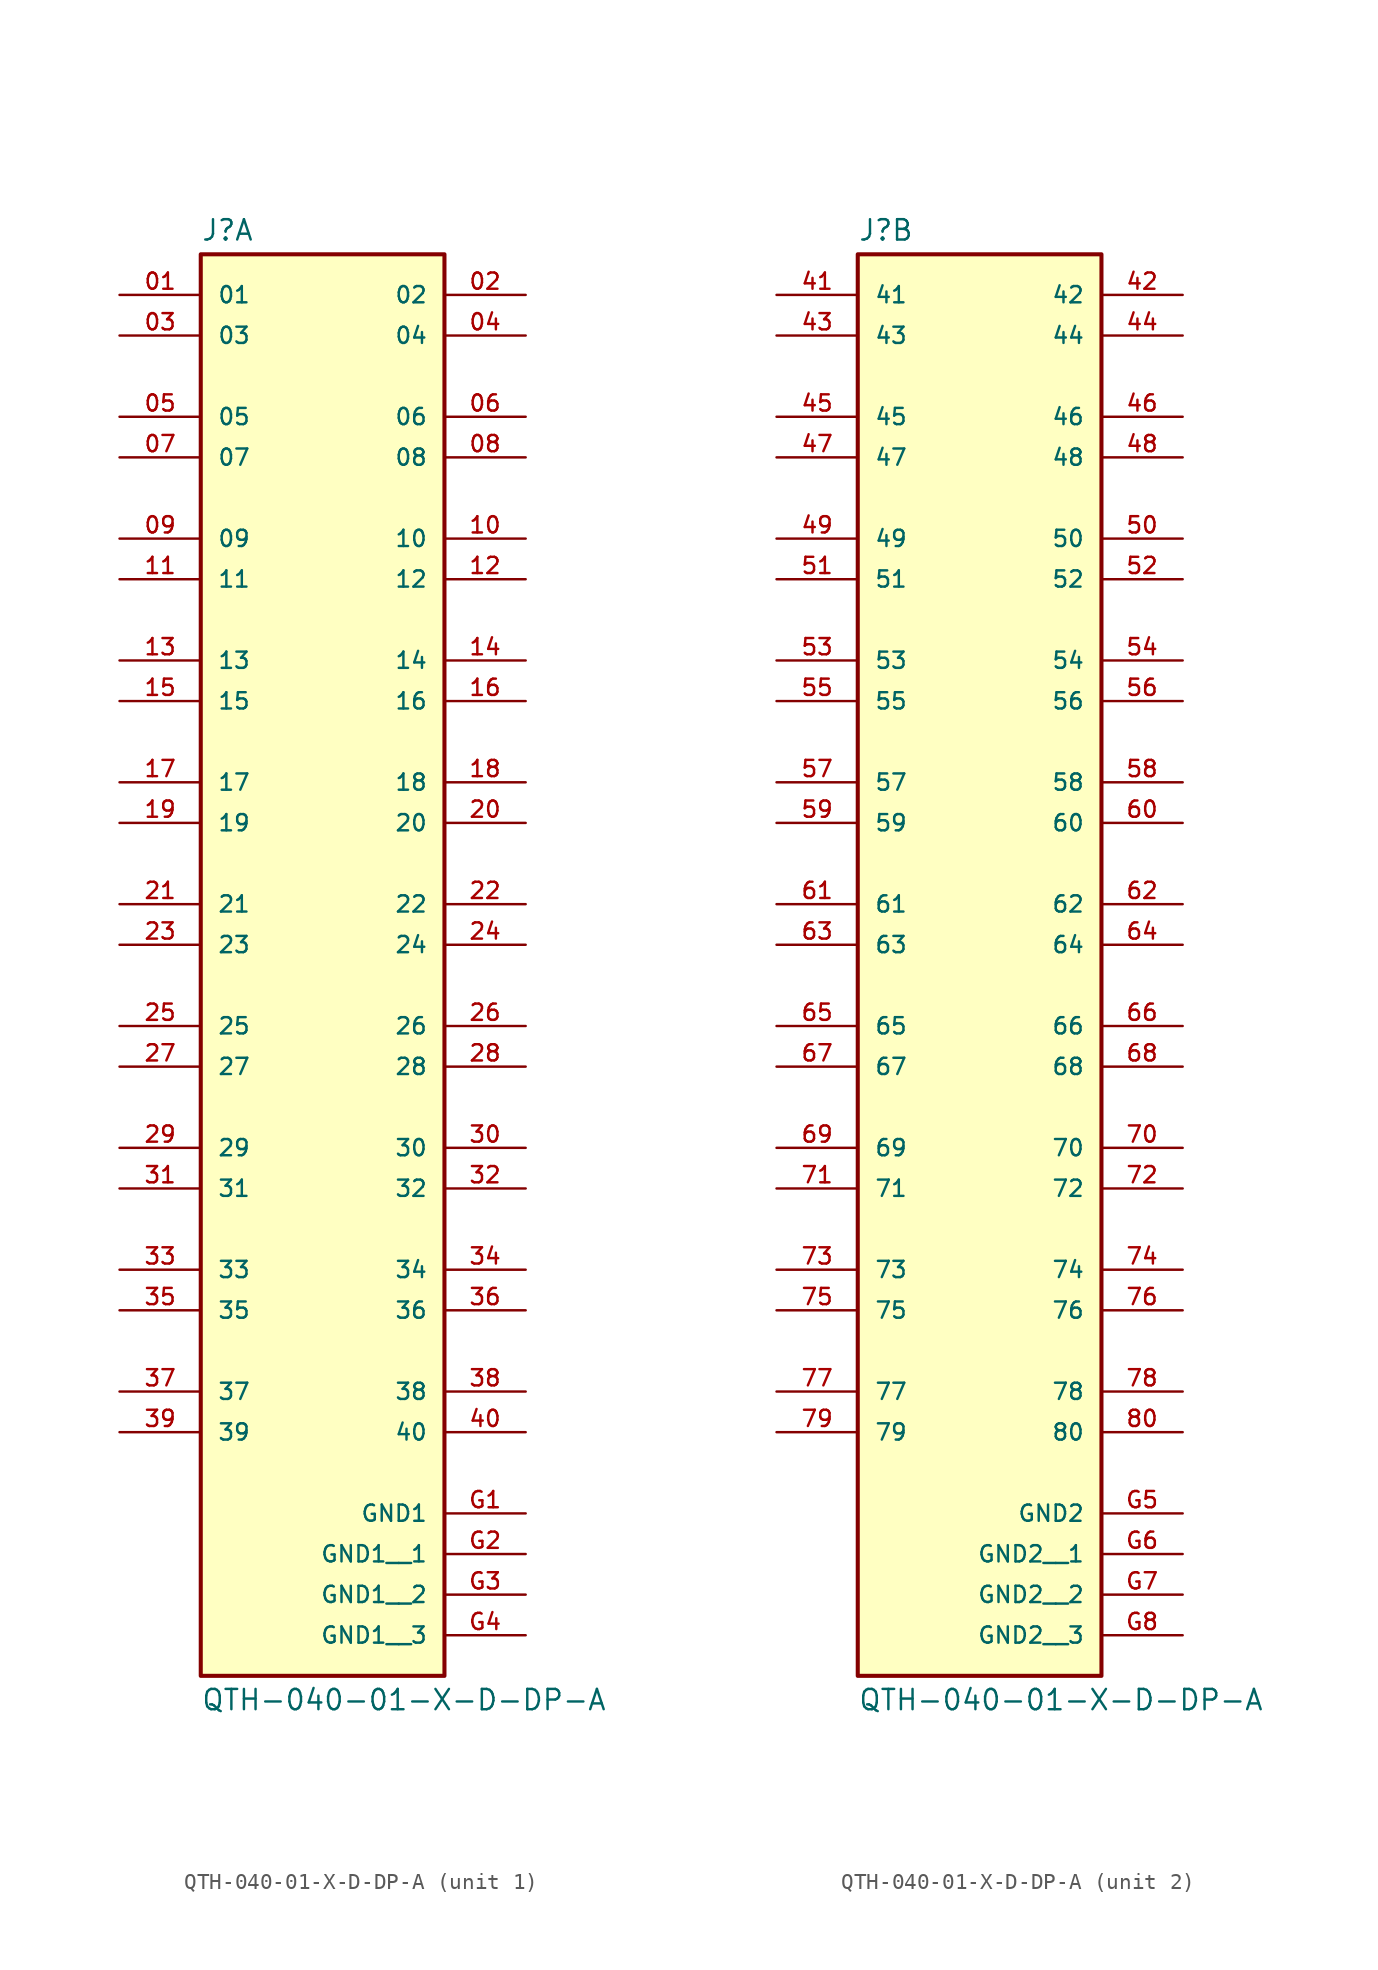
<source format=kicad_sym>
(kicad_symbol_lib
  (version 20211014)
  (generator kicad_symbol_editor)
  (symbol "QTH-040-01-X-D-DP-A"
    (pin_names
      (offset 1.016))
    (property "Reference" "J"
      (at -7.62 41.402 0)
      (effects (font (size 1.27 1.27)) (justify bottom left)))
    (property "Value" "QTH-040-01-X-D-DP-A"
      (at -7.62 -49.022 0)
      (effects (font (size 1.27 1.27)) (justify top left)))
    (symbol "QTH-040-01-X-D-DP-A_1_0"
      (rectangle (start -7.62 -48.26) (end 7.62 40.64) (stroke (width 0.254)) (fill (type background)))
      (pin passive line (at -12.7 38.1 0) (length 5.08) (name "01" (effects (font (size 1.016 1.016)))) (number "01" (effects (font (size 1.016 1.016)))))
      (pin passive line (at 12.7 38.1 180.0) (length 5.08) (name "02" (effects (font (size 1.016 1.016)))) (number "02" (effects (font (size 1.016 1.016)))))
      (pin passive line (at -12.7 35.56 0) (length 5.08) (name "03" (effects (font (size 1.016 1.016)))) (number "03" (effects (font (size 1.016 1.016)))))
      (pin passive line (at 12.7 35.56 180.0) (length 5.08) (name "04" (effects (font (size 1.016 1.016)))) (number "04" (effects (font (size 1.016 1.016)))))
      (pin passive line (at -12.7 30.48 0) (length 5.08) (name "05" (effects (font (size 1.016 1.016)))) (number "05" (effects (font (size 1.016 1.016)))))
      (pin passive line (at 12.7 30.48 180.0) (length 5.08) (name "06" (effects (font (size 1.016 1.016)))) (number "06" (effects (font (size 1.016 1.016)))))
      (pin passive line (at -12.7 27.94 0) (length 5.08) (name "07" (effects (font (size 1.016 1.016)))) (number "07" (effects (font (size 1.016 1.016)))))
      (pin passive line (at 12.7 27.94 180.0) (length 5.08) (name "08" (effects (font (size 1.016 1.016)))) (number "08" (effects (font (size 1.016 1.016)))))
      (pin passive line (at -12.7 22.86 0) (length 5.08) (name "09" (effects (font (size 1.016 1.016)))) (number "09" (effects (font (size 1.016 1.016)))))
      (pin passive line (at 12.7 22.86 180.0) (length 5.08) (name "10" (effects (font (size 1.016 1.016)))) (number "10" (effects (font (size 1.016 1.016)))))
      (pin passive line (at -12.7 20.32 0) (length 5.08) (name "11" (effects (font (size 1.016 1.016)))) (number "11" (effects (font (size 1.016 1.016)))))
      (pin passive line (at 12.7 20.32 180.0) (length 5.08) (name "12" (effects (font (size 1.016 1.016)))) (number "12" (effects (font (size 1.016 1.016)))))
      (pin passive line (at -12.7 15.24 0) (length 5.08) (name "13" (effects (font (size 1.016 1.016)))) (number "13" (effects (font (size 1.016 1.016)))))
      (pin passive line (at 12.7 15.24 180.0) (length 5.08) (name "14" (effects (font (size 1.016 1.016)))) (number "14" (effects (font (size 1.016 1.016)))))
      (pin passive line (at -12.7 12.7 0) (length 5.08) (name "15" (effects (font (size 1.016 1.016)))) (number "15" (effects (font (size 1.016 1.016)))))
      (pin passive line (at 12.7 12.7 180.0) (length 5.08) (name "16" (effects (font (size 1.016 1.016)))) (number "16" (effects (font (size 1.016 1.016)))))
      (pin passive line (at -12.7 7.62 0) (length 5.08) (name "17" (effects (font (size 1.016 1.016)))) (number "17" (effects (font (size 1.016 1.016)))))
      (pin passive line (at 12.7 7.62 180.0) (length 5.08) (name "18" (effects (font (size 1.016 1.016)))) (number "18" (effects (font (size 1.016 1.016)))))
      (pin passive line (at -12.7 5.08 0) (length 5.08) (name "19" (effects (font (size 1.016 1.016)))) (number "19" (effects (font (size 1.016 1.016)))))
      (pin passive line (at 12.7 5.08 180.0) (length 5.08) (name "20" (effects (font (size 1.016 1.016)))) (number "20" (effects (font (size 1.016 1.016)))))
      (pin passive line (at -12.7 0.0 0) (length 5.08) (name "21" (effects (font (size 1.016 1.016)))) (number "21" (effects (font (size 1.016 1.016)))))
      (pin passive line (at 12.7 0.0 180.0) (length 5.08) (name "22" (effects (font (size 1.016 1.016)))) (number "22" (effects (font (size 1.016 1.016)))))
      (pin passive line (at -12.7 -2.54 0) (length 5.08) (name "23" (effects (font (size 1.016 1.016)))) (number "23" (effects (font (size 1.016 1.016)))))
      (pin passive line (at 12.7 -2.54 180.0) (length 5.08) (name "24" (effects (font (size 1.016 1.016)))) (number "24" (effects (font (size 1.016 1.016)))))
      (pin passive line (at -12.7 -7.62 0) (length 5.08) (name "25" (effects (font (size 1.016 1.016)))) (number "25" (effects (font (size 1.016 1.016)))))
      (pin passive line (at 12.7 -7.62 180.0) (length 5.08) (name "26" (effects (font (size 1.016 1.016)))) (number "26" (effects (font (size 1.016 1.016)))))
      (pin passive line (at -12.7 -10.16 0) (length 5.08) (name "27" (effects (font (size 1.016 1.016)))) (number "27" (effects (font (size 1.016 1.016)))))
      (pin passive line (at 12.7 -10.16 180.0) (length 5.08) (name "28" (effects (font (size 1.016 1.016)))) (number "28" (effects (font (size 1.016 1.016)))))
      (pin passive line (at -12.7 -15.24 0) (length 5.08) (name "29" (effects (font (size 1.016 1.016)))) (number "29" (effects (font (size 1.016 1.016)))))
      (pin passive line (at 12.7 -15.24 180.0) (length 5.08) (name "30" (effects (font (size 1.016 1.016)))) (number "30" (effects (font (size 1.016 1.016)))))
      (pin passive line (at -12.7 -17.78 0) (length 5.08) (name "31" (effects (font (size 1.016 1.016)))) (number "31" (effects (font (size 1.016 1.016)))))
      (pin passive line (at 12.7 -17.78 180.0) (length 5.08) (name "32" (effects (font (size 1.016 1.016)))) (number "32" (effects (font (size 1.016 1.016)))))
      (pin passive line (at -12.7 -22.86 0) (length 5.08) (name "33" (effects (font (size 1.016 1.016)))) (number "33" (effects (font (size 1.016 1.016)))))
      (pin passive line (at 12.7 -22.86 180.0) (length 5.08) (name "34" (effects (font (size 1.016 1.016)))) (number "34" (effects (font (size 1.016 1.016)))))
      (pin passive line (at -12.7 -25.4 0) (length 5.08) (name "35" (effects (font (size 1.016 1.016)))) (number "35" (effects (font (size 1.016 1.016)))))
      (pin passive line (at 12.7 -25.4 180.0) (length 5.08) (name "36" (effects (font (size 1.016 1.016)))) (number "36" (effects (font (size 1.016 1.016)))))
      (pin passive line (at -12.7 -30.48 0) (length 5.08) (name "37" (effects (font (size 1.016 1.016)))) (number "37" (effects (font (size 1.016 1.016)))))
      (pin passive line (at 12.7 -30.48 180.0) (length 5.08) (name "38" (effects (font (size 1.016 1.016)))) (number "38" (effects (font (size 1.016 1.016)))))
      (pin passive line (at -12.7 -33.02 0) (length 5.08) (name "39" (effects (font (size 1.016 1.016)))) (number "39" (effects (font (size 1.016 1.016)))))
      (pin passive line (at 12.7 -33.02 180.0) (length 5.08) (name "40" (effects (font (size 1.016 1.016)))) (number "40" (effects (font (size 1.016 1.016)))))
      (pin power_in line (at 12.7 -38.1 180.0) (length 5.08) (name "GND1" (effects (font (size 1.016 1.016)))) (number "G1" (effects (font (size 1.016 1.016)))))
      (pin power_in line (at 12.7 -40.64 180.0) (length 5.08) (name "GND1__1" (effects (font (size 1.016 1.016)))) (number "G2" (effects (font (size 1.016 1.016)))))
      (pin power_in line (at 12.7 -43.18 180.0) (length 5.08) (name "GND1__2" (effects (font (size 1.016 1.016)))) (number "G3" (effects (font (size 1.016 1.016)))))
      (pin power_in line (at 12.7 -45.72 180.0) (length 5.08) (name "GND1__3" (effects (font (size 1.016 1.016)))) (number "G4" (effects (font (size 1.016 1.016))))))
    (symbol "QTH-040-01-X-D-DP-A_2_0"
      (rectangle (start -7.62 -48.26) (end 7.62 40.64) (stroke (width 0.254)) (fill (type background)))
      (pin passive line (at -12.7 38.1 0) (length 5.08) (name "41" (effects (font (size 1.016 1.016)))) (number "41" (effects (font (size 1.016 1.016)))))
      (pin passive line (at 12.7 38.1 180.0) (length 5.08) (name "42" (effects (font (size 1.016 1.016)))) (number "42" (effects (font (size 1.016 1.016)))))
      (pin passive line (at -12.7 35.56 0) (length 5.08) (name "43" (effects (font (size 1.016 1.016)))) (number "43" (effects (font (size 1.016 1.016)))))
      (pin passive line (at 12.7 35.56 180.0) (length 5.08) (name "44" (effects (font (size 1.016 1.016)))) (number "44" (effects (font (size 1.016 1.016)))))
      (pin passive line (at -12.7 30.48 0) (length 5.08) (name "45" (effects (font (size 1.016 1.016)))) (number "45" (effects (font (size 1.016 1.016)))))
      (pin passive line (at 12.7 30.48 180.0) (length 5.08) (name "46" (effects (font (size 1.016 1.016)))) (number "46" (effects (font (size 1.016 1.016)))))
      (pin passive line (at -12.7 27.94 0) (length 5.08) (name "47" (effects (font (size 1.016 1.016)))) (number "47" (effects (font (size 1.016 1.016)))))
      (pin passive line (at 12.7 27.94 180.0) (length 5.08) (name "48" (effects (font (size 1.016 1.016)))) (number "48" (effects (font (size 1.016 1.016)))))
      (pin passive line (at -12.7 22.86 0) (length 5.08) (name "49" (effects (font (size 1.016 1.016)))) (number "49" (effects (font (size 1.016 1.016)))))
      (pin passive line (at 12.7 22.86 180.0) (length 5.08) (name "50" (effects (font (size 1.016 1.016)))) (number "50" (effects (font (size 1.016 1.016)))))
      (pin passive line (at -12.7 20.32 0) (length 5.08) (name "51" (effects (font (size 1.016 1.016)))) (number "51" (effects (font (size 1.016 1.016)))))
      (pin passive line (at 12.7 20.32 180.0) (length 5.08) (name "52" (effects (font (size 1.016 1.016)))) (number "52" (effects (font (size 1.016 1.016)))))
      (pin passive line (at -12.7 15.24 0) (length 5.08) (name "53" (effects (font (size 1.016 1.016)))) (number "53" (effects (font (size 1.016 1.016)))))
      (pin passive line (at 12.7 15.24 180.0) (length 5.08) (name "54" (effects (font (size 1.016 1.016)))) (number "54" (effects (font (size 1.016 1.016)))))
      (pin passive line (at -12.7 12.7 0) (length 5.08) (name "55" (effects (font (size 1.016 1.016)))) (number "55" (effects (font (size 1.016 1.016)))))
      (pin passive line (at 12.7 12.7 180.0) (length 5.08) (name "56" (effects (font (size 1.016 1.016)))) (number "56" (effects (font (size 1.016 1.016)))))
      (pin passive line (at -12.7 7.62 0) (length 5.08) (name "57" (effects (font (size 1.016 1.016)))) (number "57" (effects (font (size 1.016 1.016)))))
      (pin passive line (at 12.7 7.62 180.0) (length 5.08) (name "58" (effects (font (size 1.016 1.016)))) (number "58" (effects (font (size 1.016 1.016)))))
      (pin passive line (at -12.7 5.08 0) (length 5.08) (name "59" (effects (font (size 1.016 1.016)))) (number "59" (effects (font (size 1.016 1.016)))))
      (pin passive line (at 12.7 5.08 180.0) (length 5.08) (name "60" (effects (font (size 1.016 1.016)))) (number "60" (effects (font (size 1.016 1.016)))))
      (pin passive line (at -12.7 0.0 0) (length 5.08) (name "61" (effects (font (size 1.016 1.016)))) (number "61" (effects (font (size 1.016 1.016)))))
      (pin passive line (at 12.7 0.0 180.0) (length 5.08) (name "62" (effects (font (size 1.016 1.016)))) (number "62" (effects (font (size 1.016 1.016)))))
      (pin passive line (at -12.7 -2.54 0) (length 5.08) (name "63" (effects (font (size 1.016 1.016)))) (number "63" (effects (font (size 1.016 1.016)))))
      (pin passive line (at 12.7 -2.54 180.0) (length 5.08) (name "64" (effects (font (size 1.016 1.016)))) (number "64" (effects (font (size 1.016 1.016)))))
      (pin passive line (at -12.7 -7.62 0) (length 5.08) (name "65" (effects (font (size 1.016 1.016)))) (number "65" (effects (font (size 1.016 1.016)))))
      (pin passive line (at 12.7 -7.62 180.0) (length 5.08) (name "66" (effects (font (size 1.016 1.016)))) (number "66" (effects (font (size 1.016 1.016)))))
      (pin passive line (at -12.7 -10.16 0) (length 5.08) (name "67" (effects (font (size 1.016 1.016)))) (number "67" (effects (font (size 1.016 1.016)))))
      (pin passive line (at 12.7 -10.16 180.0) (length 5.08) (name "68" (effects (font (size 1.016 1.016)))) (number "68" (effects (font (size 1.016 1.016)))))
      (pin passive line (at -12.7 -15.24 0) (length 5.08) (name "69" (effects (font (size 1.016 1.016)))) (number "69" (effects (font (size 1.016 1.016)))))
      (pin passive line (at 12.7 -15.24 180.0) (length 5.08) (name "70" (effects (font (size 1.016 1.016)))) (number "70" (effects (font (size 1.016 1.016)))))
      (pin passive line (at -12.7 -17.78 0) (length 5.08) (name "71" (effects (font (size 1.016 1.016)))) (number "71" (effects (font (size 1.016 1.016)))))
      (pin passive line (at 12.7 -17.78 180.0) (length 5.08) (name "72" (effects (font (size 1.016 1.016)))) (number "72" (effects (font (size 1.016 1.016)))))
      (pin passive line (at -12.7 -22.86 0) (length 5.08) (name "73" (effects (font (size 1.016 1.016)))) (number "73" (effects (font (size 1.016 1.016)))))
      (pin passive line (at 12.7 -22.86 180.0) (length 5.08) (name "74" (effects (font (size 1.016 1.016)))) (number "74" (effects (font (size 1.016 1.016)))))
      (pin passive line (at -12.7 -25.4 0) (length 5.08) (name "75" (effects (font (size 1.016 1.016)))) (number "75" (effects (font (size 1.016 1.016)))))
      (pin passive line (at 12.7 -25.4 180.0) (length 5.08) (name "76" (effects (font (size 1.016 1.016)))) (number "76" (effects (font (size 1.016 1.016)))))
      (pin passive line (at -12.7 -30.48 0) (length 5.08) (name "77" (effects (font (size 1.016 1.016)))) (number "77" (effects (font (size 1.016 1.016)))))
      (pin passive line (at 12.7 -30.48 180.0) (length 5.08) (name "78" (effects (font (size 1.016 1.016)))) (number "78" (effects (font (size 1.016 1.016)))))
      (pin passive line (at -12.7 -33.02 0) (length 5.08) (name "79" (effects (font (size 1.016 1.016)))) (number "79" (effects (font (size 1.016 1.016)))))
      (pin passive line (at 12.7 -33.02 180.0) (length 5.08) (name "80" (effects (font (size 1.016 1.016)))) (number "80" (effects (font (size 1.016 1.016)))))
      (pin power_in line (at 12.7 -38.1 180.0) (length 5.08) (name "GND2" (effects (font (size 1.016 1.016)))) (number "G5" (effects (font (size 1.016 1.016)))))
      (pin power_in line (at 12.7 -40.64 180.0) (length 5.08) (name "GND2__1" (effects (font (size 1.016 1.016)))) (number "G6" (effects (font (size 1.016 1.016)))))
      (pin power_in line (at 12.7 -43.18 180.0) (length 5.08) (name "GND2__2" (effects (font (size 1.016 1.016)))) (number "G7" (effects (font (size 1.016 1.016)))))
      (pin power_in line (at 12.7 -45.72 180.0) (length 5.08) (name "GND2__3" (effects (font (size 1.016 1.016)))) (number "G8" (effects (font (size 1.016 1.016))))))))
</source>
